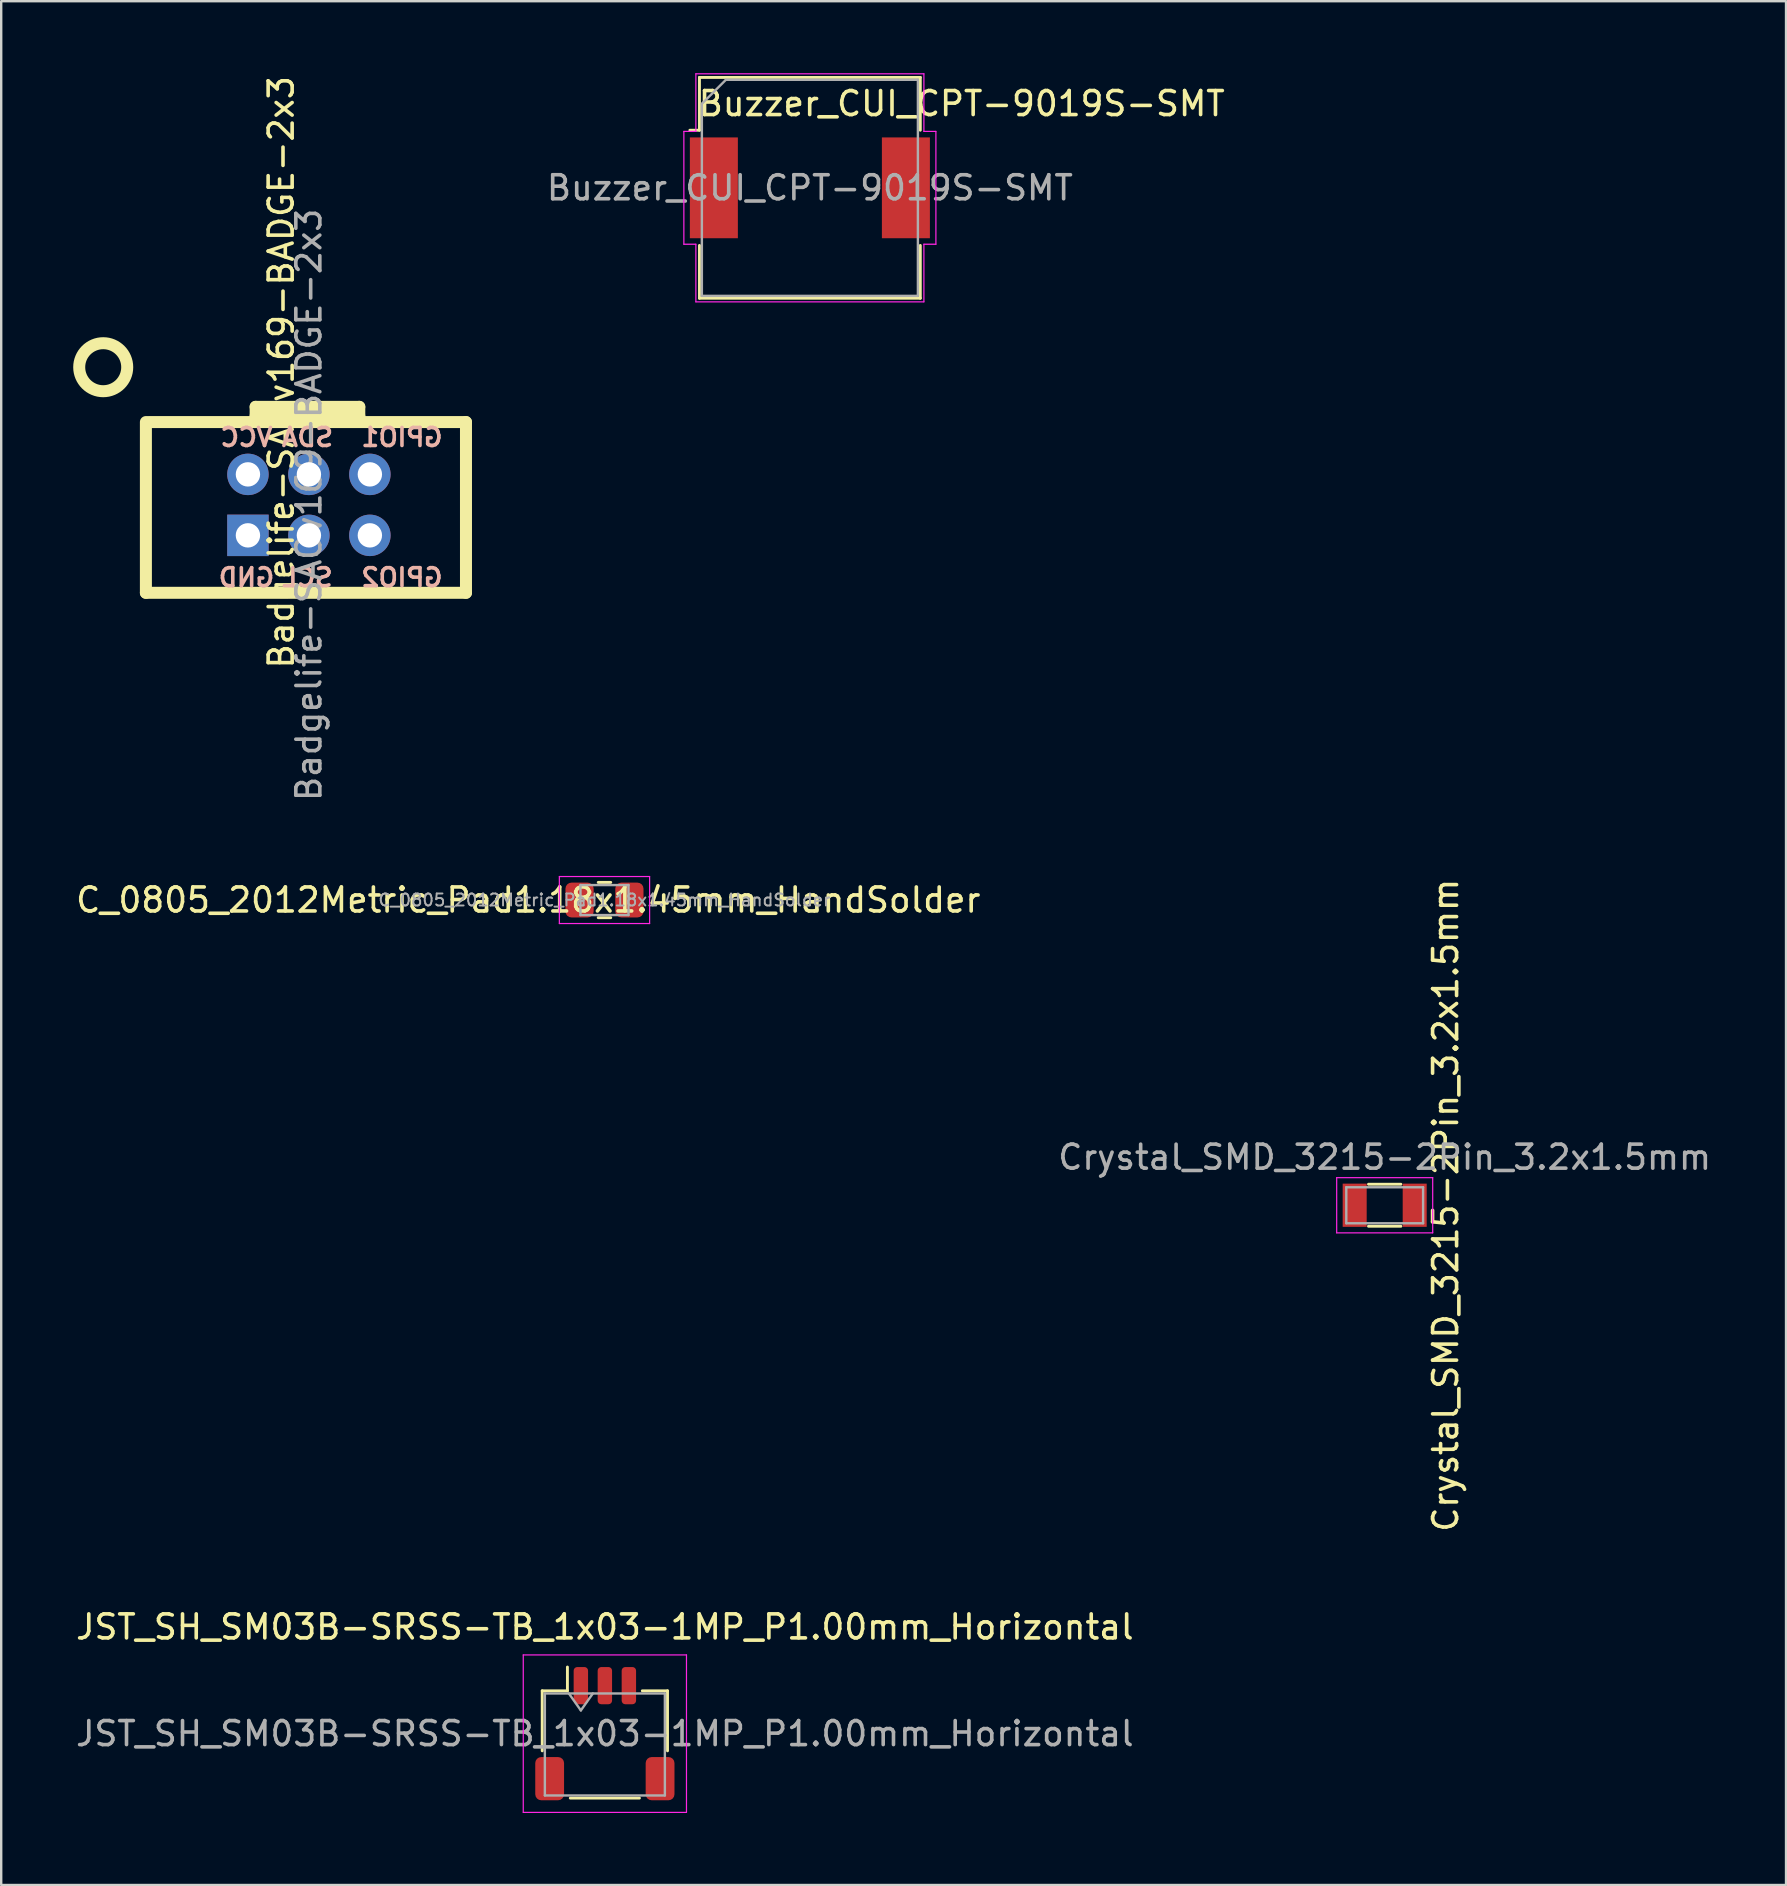
<source format=kicad_pcb>
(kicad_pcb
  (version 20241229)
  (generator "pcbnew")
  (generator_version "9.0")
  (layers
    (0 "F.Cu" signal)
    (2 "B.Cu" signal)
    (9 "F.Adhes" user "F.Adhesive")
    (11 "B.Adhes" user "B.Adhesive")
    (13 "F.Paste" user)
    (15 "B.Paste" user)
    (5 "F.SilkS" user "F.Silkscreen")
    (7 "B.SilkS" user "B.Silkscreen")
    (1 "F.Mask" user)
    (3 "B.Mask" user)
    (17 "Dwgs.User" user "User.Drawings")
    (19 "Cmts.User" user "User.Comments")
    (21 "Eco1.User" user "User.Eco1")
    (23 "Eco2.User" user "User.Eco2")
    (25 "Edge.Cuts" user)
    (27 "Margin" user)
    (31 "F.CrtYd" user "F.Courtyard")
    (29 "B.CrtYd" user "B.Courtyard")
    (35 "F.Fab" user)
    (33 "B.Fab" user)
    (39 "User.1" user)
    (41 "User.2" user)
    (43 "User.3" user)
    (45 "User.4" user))
  (footprint "Crystal_SMD_3215-2Pin_3.2x1.5mm"
    (layer "F.Cu")
    (at 54.637 47.161)
    (property "Reference" "Crystal_SMD_3215-2Pin_3.2x1.5mm" (at 2.54 0 270) (layer "F.SilkS") (effects (font (size 1 1) (thickness 0.15))))
    (attr smd)
    (fp_line (start -0.675 -0.875) (end 0.675 -0.875) (stroke (width 0.12) (type solid)) (layer "F.SilkS"))
    (fp_line (start -0.675 0.875) (end 0.675 0.875) (stroke (width 0.12) (type solid)) (layer "F.SilkS"))
    (fp_line (start -2 -1.15) (end -2 1.15) (stroke (width 0.05) (type solid)) (layer "F.CrtYd"))
    (fp_line (start -2 -1.15) (end 2 -1.15) (stroke (width 0.05) (type solid)) (layer "F.CrtYd"))
    (fp_line (start -2 1.15) (end 2 1.15) (stroke (width 0.05) (type solid)) (layer "F.CrtYd"))
    (fp_line (start 2 -1.15) (end 2 1.15) (stroke (width 0.05) (type solid)) (layer "F.CrtYd"))
    (fp_line (start -1.6 -0.75) (end -1.6 0.75) (stroke (width 0.1) (type solid)) (layer "F.Fab"))
    (fp_line (start -1.6 -0.75) (end 1.6 -0.75) (stroke (width 0.1) (type solid)) (layer "F.Fab"))
    (fp_line (start -1.6 0.75) (end 1.6 0.75) (stroke (width 0.1) (type solid)) (layer "F.Fab"))
    (fp_line (start 1.6 -0.75) (end 1.6 0.75) (stroke (width 0.1) (type solid)) (layer "F.Fab"))
    (fp_text user "${REFERENCE}" (at 0 -2 180) (layer "F.Fab") (effects (font (size 1 1) (thickness 0.15))))
    (pad "1" smd rect (at 1.25 0) (size 1 1.8) (layers "F.Cu" "F.Mask" "F.Paste"))
    (pad "2" smd rect (at -1.25 0) (size 1 1.8) (layers "F.Cu" "F.Mask" "F.Paste")))
  (footprint "Badgelife-SAOv169-BADGE-2x3"
    (layer "F.Cu")
    (at 9.759 17.963)
    (property "Reference" "Badgelife-SAOv169-BADGE-2x3" (at -1.093 -5.504 90) (layer "F.SilkS") (effects (font (size 1 1) (thickness 0.15))))
    (attr through_hole)
    (fp_line (start -6.731 3.683) (end -6.731 -3.429) (stroke (width 0.5) (type solid)) (layer "F.SilkS"))
    (fp_line (start -6.604 -3.429) (end 6.604 -3.429) (stroke (width 0.5) (type solid)) (layer "F.SilkS"))
    (fp_line (start -2.159 -4.064) (end 2.159 -4.064) (stroke (width 0.5) (type solid)) (layer "F.SilkS"))
    (fp_line (start -2.159 -3.556) (end -2.159 -4.064) (stroke (width 0.5) (type solid)) (layer "F.SilkS"))
    (fp_line (start 2.159 -4.064) (end 2.159 -3.556) (stroke (width 0.5) (type solid)) (layer "F.SilkS"))
    (fp_line (start 2.159 -3.683) (end -2.159 -3.683) (stroke (width 0.5) (type solid)) (layer "F.SilkS"))
    (fp_line (start 6.604 -3.429) (end 6.604 3.683) (stroke (width 0.5) (type solid)) (layer "F.SilkS"))
    (fp_line (start 6.604 3.683) (end -6.731 3.683) (stroke (width 0.5) (type solid)) (layer "F.SilkS"))
    (fp_circle (center -8.509 -5.715) (end -7.509 -5.715) (stroke (width 0.5) (type solid)) (fill no) (layer "F.SilkS"))
    (fp_text user "GPIO2" (at 3.937 3.048 0) (layer "B.SilkS") (effects (font (size 0.75 0.75) (thickness 0.15)) (justify mirror)))
    (fp_text user "GND" (at -2.54 3.048 0) (layer "B.SilkS") (effects (font (size 0.75 0.75) (thickness 0.15)) (justify mirror)))
    (fp_text user "SCL" (at 0 3.048 0) (layer "B.SilkS") (effects (font (size 0.75 0.75) (thickness 0.15)) (justify mirror)))
    (fp_text user "GPIO1" (at 3.937 -2.794 0) (layer "B.SilkS") (effects (font (size 0.75 0.75) (thickness 0.15)) (justify mirror)))
    (fp_text user "SDA" (at 0 -2.794 0) (layer "B.SilkS") (effects (font (size 0.75 0.75) (thickness 0.15)) (justify mirror)))
    (fp_text user "VCC" (at -2.54 -2.794 0) (layer "B.SilkS") (effects (font (size 0.75 0.75) (thickness 0.15)) (justify mirror)))
    (fp_text user "${REFERENCE}" (at 0.06 0.02 90) (layer "F.Fab") (effects (font (size 1 1) (thickness 0.15))))
    (pad "1" thru_hole oval (at -2.48 -1.25 90) (size 1.727 1.727) (drill 1.016) (layers "*.Cu" "*.Mask"))
    (pad "2" thru_hole rect (at -2.48 1.29 90) (size 1.727 1.727) (drill 1.016) (layers "*.Cu" "*.Mask"))
    (pad "3" thru_hole oval (at 0.06 -1.25 90) (size 1.727 1.727) (drill 1.016) (layers "*.Cu" "*.Mask"))
    (pad "4" thru_hole oval (at 0.06 1.29 90) (size 1.727 1.727) (drill 1.016) (layers "*.Cu" "*.Mask"))
    (pad "5" thru_hole circle (at 2.6 -1.25 90) (size 1.727 1.727) (drill 1.016) (layers "*.Cu" "*.Mask"))
    (pad "6" thru_hole circle (at 2.6 1.29 90) (size 1.727 1.727) (drill 1.016) (layers "*.Cu" "*.Mask")))
  (footprint "Buzzer_CUI_CPT-9019S-SMT"
    (layer "F.Cu")
    (at 30.69 4.775)
    (property "Reference" "Buzzer_CUI_CPT-9019S-SMT" (at 6.326 -3.508 180) (layer "F.SilkS") (effects (font (size 1 1) (thickness 0.15))))
    (attr smd)
    (fp_line (start -4.6 -4.6) (end -4.6 -2.4) (stroke (width 0.12) (type solid)) (layer "F.SilkS"))
    (fp_line (start -4.6 -4.6) (end 4.6 -4.6) (stroke (width 0.12) (type solid)) (layer "F.SilkS"))
    (fp_line (start -4.6 -2.4) (end -5 -2.4) (stroke (width 0.12) (type solid)) (layer "F.SilkS"))
    (fp_line (start -4.6 2.4) (end -4.6 4.6) (stroke (width 0.12) (type solid)) (layer "F.SilkS"))
    (fp_line (start 4.6 -4.6) (end 4.6 -2.4) (stroke (width 0.12) (type solid)) (layer "F.SilkS"))
    (fp_line (start 4.6 2.4) (end 4.6 4.6) (stroke (width 0.12) (type solid)) (layer "F.SilkS"))
    (fp_line (start 4.6 4.6) (end -4.6 4.6) (stroke (width 0.12) (type solid)) (layer "F.SilkS"))
    (fp_line (start -5.25 -2.35) (end -4.75 -2.35) (stroke (width 0.05) (type solid)) (layer "F.CrtYd"))
    (fp_line (start -5.25 2.35) (end -5.25 -2.35) (stroke (width 0.05) (type solid)) (layer "F.CrtYd"))
    (fp_line (start -4.75 -4.75) (end 4.75 -4.75) (stroke (width 0.05) (type solid)) (layer "F.CrtYd"))
    (fp_line (start -4.75 -2.35) (end -4.75 -4.75) (stroke (width 0.05) (type solid)) (layer "F.CrtYd"))
    (fp_line (start -4.75 2.35) (end -5.25 2.35) (stroke (width 0.05) (type solid)) (layer "F.CrtYd"))
    (fp_line (start -4.75 4.75) (end -4.75 2.35) (stroke (width 0.05) (type solid)) (layer "F.CrtYd"))
    (fp_line (start 4.75 -4.75) (end 4.75 -2.35) (stroke (width 0.05) (type solid)) (layer "F.CrtYd"))
    (fp_line (start 4.75 -2.35) (end 5.25 -2.35) (stroke (width 0.05) (type solid)) (layer "F.CrtYd"))
    (fp_line (start 4.75 2.35) (end 4.75 4.75) (stroke (width 0.05) (type solid)) (layer "F.CrtYd"))
    (fp_line (start 4.75 4.75) (end -4.75 4.75) (stroke (width 0.05) (type solid)) (layer "F.CrtYd"))
    (fp_line (start 5.25 -2.35) (end 5.25 2.35) (stroke (width 0.05) (type solid)) (layer "F.CrtYd"))
    (fp_line (start 5.25 2.35) (end 4.75 2.35) (stroke (width 0.05) (type solid)) (layer "F.CrtYd"))
    (fp_line (start -4.5 -3.5) (end -4.5 4.5) (stroke (width 0.1) (type solid)) (layer "F.Fab"))
    (fp_line (start -4.5 4.5) (end 4.5 4.5) (stroke (width 0.1) (type solid)) (layer "F.Fab"))
    (fp_line (start -3.5 -4.5) (end -4.5 -3.5) (stroke (width 0.1) (type solid)) (layer "F.Fab"))
    (fp_line (start 4.5 -4.5) (end -3.5 -4.5) (stroke (width 0.1) (type solid)) (layer "F.Fab"))
    (fp_line (start 4.5 4.5) (end 4.5 -4.5) (stroke (width 0.1) (type solid)) (layer "F.Fab"))
    (fp_text user "${REFERENCE}" (at 0 0 180) (layer "F.Fab") (effects (font (size 1 1) (thickness 0.15))))
    (pad "1" smd rect (at -4 0) (size 2 4.2) (layers "F.Cu" "F.Mask" "F.Paste"))
    (pad "2" smd rect (at 4 0) (size 2 4.2) (layers "F.Cu" "F.Mask" "F.Paste")))
  (footprint "JST_SH_SM03B-SRSS-TB_1x03-1MP_P1.00mm_Horizontal"
    (layer "F.Cu")
    (at 22.149 69.175)
    (property "Reference" "JST_SH_SM03B-SRSS-TB_1x03-1MP_P1.00mm_Horizontal" (at 0 -4.445 0) (layer "F.SilkS") (effects (font (size 1 1) (thickness 0.15))))
    (attr smd)
    (fp_line (start -2.61 -1.785) (end -1.56 -1.785) (stroke (width 0.12) (type solid)) (layer "F.SilkS"))
    (fp_line (start -2.61 0.715) (end -2.61 -1.785) (stroke (width 0.12) (type solid)) (layer "F.SilkS"))
    (fp_line (start -1.56 -1.785) (end -1.56 -2.775) (stroke (width 0.12) (type solid)) (layer "F.SilkS"))
    (fp_line (start -1.44 2.685) (end 1.44 2.685) (stroke (width 0.12) (type solid)) (layer "F.SilkS"))
    (fp_line (start 2.61 -1.785) (end 1.56 -1.785) (stroke (width 0.12) (type solid)) (layer "F.SilkS"))
    (fp_line (start 2.61 0.715) (end 2.61 -1.785) (stroke (width 0.12) (type solid)) (layer "F.SilkS"))
    (fp_line (start -3.4 -3.28) (end -3.4 3.28) (stroke (width 0.05) (type solid)) (layer "F.CrtYd"))
    (fp_line (start -3.4 3.28) (end 3.4 3.28) (stroke (width 0.05) (type solid)) (layer "F.CrtYd"))
    (fp_line (start 3.4 -3.28) (end -3.4 -3.28) (stroke (width 0.05) (type solid)) (layer "F.CrtYd"))
    (fp_line (start 3.4 3.28) (end 3.4 -3.28) (stroke (width 0.05) (type solid)) (layer "F.CrtYd"))
    (fp_line (start -2.5 -1.675) (end -2.5 2.575) (stroke (width 0.1) (type solid)) (layer "F.Fab"))
    (fp_line (start -2.5 -1.675) (end 2.5 -1.675) (stroke (width 0.1) (type solid)) (layer "F.Fab"))
    (fp_line (start -2.5 2.575) (end 2.5 2.575) (stroke (width 0.1) (type solid)) (layer "F.Fab"))
    (fp_line (start -1.5 -1.675) (end -1 -0.968) (stroke (width 0.1) (type solid)) (layer "F.Fab"))
    (fp_line (start -1 -0.968) (end -0.5 -1.675) (stroke (width 0.1) (type solid)) (layer "F.Fab"))
    (fp_line (start 2.5 -1.675) (end 2.5 2.575) (stroke (width 0.1) (type solid)) (layer "F.Fab"))
    (fp_text user "${REFERENCE}" (at 0 0 0) (layer "F.Fab") (effects (font (size 1 1) (thickness 0.15))))
    (pad "1" smd roundrect (at -1 -2) (size 0.6 1.55) (layers "F.Cu" "F.Mask" "F.Paste") (roundrect_rratio 0.25))
    (pad "2" smd roundrect (at 0 -2) (size 0.6 1.55) (layers "F.Cu" "F.Mask" "F.Paste") (roundrect_rratio 0.25))
    (pad "3" smd roundrect (at 1 -2) (size 0.6 1.55) (layers "F.Cu" "F.Mask" "F.Paste") (roundrect_rratio 0.25))
    (pad "MP" smd roundrect (at -2.3 1.875) (size 1.2 1.8) (layers "F.Cu" "F.Mask" "F.Paste") (roundrect_rratio 0.208))
    (pad "MP" smd roundrect (at 2.3 1.875) (size 1.2 1.8) (layers "F.Cu" "F.Mask" "F.Paste") (roundrect_rratio 0.208)))
  (footprint "C_0805_2012Metric_Pad1.18x1.45mm_HandSolder"
    (layer "F.Cu")
    (at 22.133 34.446)
    (property "Reference" "C_0805_2012Metric_Pad1.18x1.45mm_HandSolder" (at -3.175 0 180) (layer "F.SilkS") (effects (font (size 1 1) (thickness 0.15))))
    (attr smd)
    (fp_line (start -0.261 -0.735) (end 0.261 -0.735) (stroke (width 0.12) (type solid)) (layer "F.SilkS"))
    (fp_line (start -0.261 0.735) (end 0.261 0.735) (stroke (width 0.12) (type solid)) (layer "F.SilkS"))
    (fp_line (start -1.88 -0.98) (end 1.88 -0.98) (stroke (width 0.05) (type solid)) (layer "F.CrtYd"))
    (fp_line (start -1.88 0.98) (end -1.88 -0.98) (stroke (width 0.05) (type solid)) (layer "F.CrtYd"))
    (fp_line (start 1.88 -0.98) (end 1.88 0.98) (stroke (width 0.05) (type solid)) (layer "F.CrtYd"))
    (fp_line (start 1.88 0.98) (end -1.88 0.98) (stroke (width 0.05) (type solid)) (layer "F.CrtYd"))
    (fp_line (start -1 -0.625) (end 1 -0.625) (stroke (width 0.1) (type solid)) (layer "F.Fab"))
    (fp_line (start -1 0.625) (end -1 -0.625) (stroke (width 0.1) (type solid)) (layer "F.Fab"))
    (fp_line (start 1 -0.625) (end 1 0.625) (stroke (width 0.1) (type solid)) (layer "F.Fab"))
    (fp_line (start 1 0.625) (end -1 0.625) (stroke (width 0.1) (type solid)) (layer "F.Fab"))
    (fp_text user "${REFERENCE}" (at 0 0 180) (layer "F.Fab") (effects (font (size 0.5 0.5) (thickness 0.08))))
    (pad "1" smd roundrect (at -1.038 0) (size 1.175 1.45) (layers "F.Cu" "F.Mask" "F.Paste") (roundrect_rratio 0.213))
    (pad "2" smd roundrect (at 1.038 0) (size 1.175 1.45) (layers "F.Cu" "F.Mask" "F.Paste") (roundrect_rratio 0.213)))
  (gr_rect
    (start -3 -3)
    (end 71.357 75.48)
    (stroke (width 0.1) (type default))
    (fill no)
    (layer "Edge.Cuts")))
</source>
